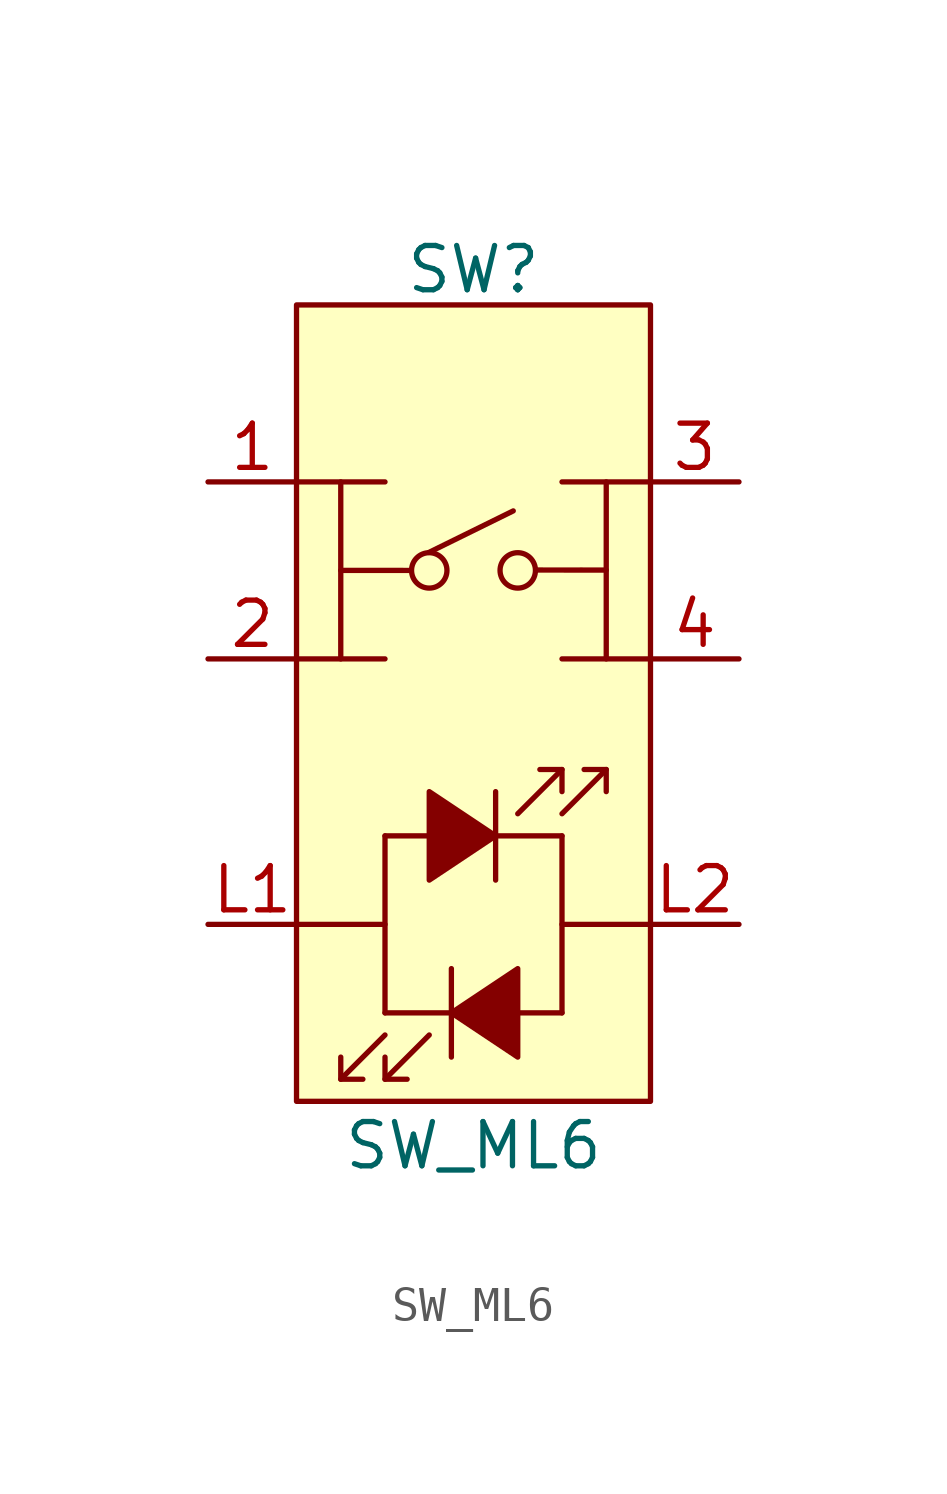
<source format=kicad_sym>
(kicad_symbol_lib
  (version 20231120)
  (generator "kicad_symbol_editor")
  (generator_version "8.0")
  (symbol "SW_ML6"
    (pin_names
      (offset 1.016) hide)
    (property "Reference" "SW"
      (at 0 16.256 0)
      (effects (font (size 1.27 1.27))))
    (property "Value" "SW_ML6"
      (at 0 -8.89 0)
      (effects (font (size 1.27 1.27))))
    (symbol "SW_ML6_0_0"
      (polyline (pts (xy -5.08 -2.54) (xy -2.54 -2.54)) (stroke (width 0) (type default)) (fill (type none)))
      (polyline (pts (xy -5.08 5.08) (xy -2.54 5.08)) (stroke (width 0) (type default)) (fill (type none)))
      (polyline (pts (xy -5.08 10.16) (xy -2.54 10.16)) (stroke (width 0) (type default)) (fill (type none)))
      (polyline (pts (xy -3.81 -6.985) (xy -2.54 -5.715)) (stroke (width 0) (type default)) (fill (type none)))
      (polyline (pts (xy -2.54 -6.985) (xy -1.27 -5.715)) (stroke (width 0) (type default)) (fill (type none)))
      (polyline (pts (xy -2.54 -5.08) (xy 2.54 -5.08)) (stroke (width 0) (type default)) (fill (type none)))
      (polyline (pts (xy -2.54 0) (xy -2.54 -5.08)) (stroke (width 0) (type default)) (fill (type none)))
      (polyline (pts (xy -0.635 -3.81) (xy -0.635 -6.35)) (stroke (width 0) (type default)) (fill (type none)))
      (polyline (pts (xy 0.635 1.27) (xy 0.635 -1.27)) (stroke (width 0) (type default)) (fill (type none)))
      (polyline (pts (xy 2.54 0) (xy -2.54 0)) (stroke (width 0) (type default)) (fill (type none)))
      (polyline (pts (xy 2.54 0) (xy 2.54 -5.08)) (stroke (width 0) (type default)) (fill (type none)))
      (polyline (pts (xy 2.54 1.905) (xy 1.27 0.635)) (stroke (width 0) (type default)) (fill (type none)))
      (polyline (pts (xy 2.54 5.08) (xy 5.08 5.08)) (stroke (width 0) (type default)) (fill (type none)))
      (polyline (pts (xy 2.54 10.16) (xy 5.08 10.16)) (stroke (width 0) (type default)) (fill (type none)))
      (polyline (pts (xy 3.81 1.905) (xy 2.54 0.635)) (stroke (width 0) (type default)) (fill (type none)))
      (polyline (pts (xy 5.08 -2.54) (xy 2.54 -2.54)) (stroke (width 0) (type default)) (fill (type none)))
      (polyline (pts (xy -3.81 -6.35) (xy -3.81 -6.985) (xy -3.175 -6.985)) (stroke (width 0) (type default)) (fill (type none)))
      (polyline (pts (xy -2.54 -6.35) (xy -2.54 -6.985) (xy -1.905 -6.985)) (stroke (width 0) (type default)) (fill (type none)))
      (polyline (pts (xy 2.54 1.27) (xy 2.54 1.905) (xy 1.905 1.905)) (stroke (width 0) (type default)) (fill (type none)))
      (polyline (pts (xy 3.81 1.27) (xy 3.81 1.905) (xy 3.175 1.905)) (stroke (width 0) (type default)) (fill (type none)))
      (polyline (pts (xy -0.635 -5.08) (xy 1.27 -3.81) (xy 1.27 -6.35) (xy -0.635 -5.08)) (stroke (width 0) (type default)) (fill (type outline)))
      (polyline (pts (xy 0.635 0) (xy -1.27 1.27) (xy -1.27 -1.27) (xy 0.635 0)) (stroke (width 0) (type default)) (fill (type outline))))
    (symbol "SW_ML6_0_1"
      (circle (center -1.27 7.62) (radius 0.508) (stroke (width 0) (type default)) (fill (type none)))
      (polyline (pts (xy -3.81 5.08) (xy -3.81 10.16)) (stroke (width 0) (type default)) (fill (type none)))
      (polyline (pts (xy 3.81 10.16) (xy 3.81 5.08)) (stroke (width 0) (type default)) (fill (type none)))
      (polyline (pts (xy -3.81 7.62) (xy -1.785 7.619) (xy -2.54 7.62)) (stroke (width 0) (type default)) (fill (type none)))
      (circle (center 1.27 7.62) (radius 0.508) (stroke (width 0) (type default)) (fill (type none)))
      (pin passive line (at -7.62 10.16 0) (length 2.54) (name "1" (effects (font (size 1.27 1.27)))) (number "1" (effects (font (size 1.27 1.27)))))
      (pin passive line (at 7.62 5.08 180) (length 2.54) (name "A" (effects (font (size 1.27 1.27)))) (number "4" (effects (font (size 1.27 1.27))))))
    (symbol "SW_ML6_1_1"
      (rectangle (start -5.08 15.24) (end 5.08 -7.62) (stroke (width 0) (type default)) (fill (type background)))
      (polyline (pts (xy -1.281 8.136) (xy 1.141 9.328)) (stroke (width 0) (type default)) (fill (type none)))
      (polyline (pts (xy 1.783 7.631) (xy 3.809 7.629) (xy 3.053 7.631)) (stroke (width 0) (type default)) (fill (type none)))
      (pin passive line (at -7.62 5.08 0) (length 2.54) (name "2" (effects (font (size 1.27 1.27)))) (number "2" (effects (font (size 1.27 1.27)))))
      (pin passive line (at 7.62 10.16 180) (length 2.54) (name "3" (effects (font (size 1.27 1.27)))) (number "3" (effects (font (size 1.27 1.27)))))
      (pin passive line (at -7.62 -2.54 0) (length 2.54) (name "L1" (effects (font (size 1.27 1.27)))) (number "L1" (effects (font (size 1.27 1.27)))))
      (pin passive line (at 7.62 -2.54 180) (length 2.54) (name "L2" (effects (font (size 1.27 1.27)))) (number "L2" (effects (font (size 1.27 1.27))))))))
</source>
